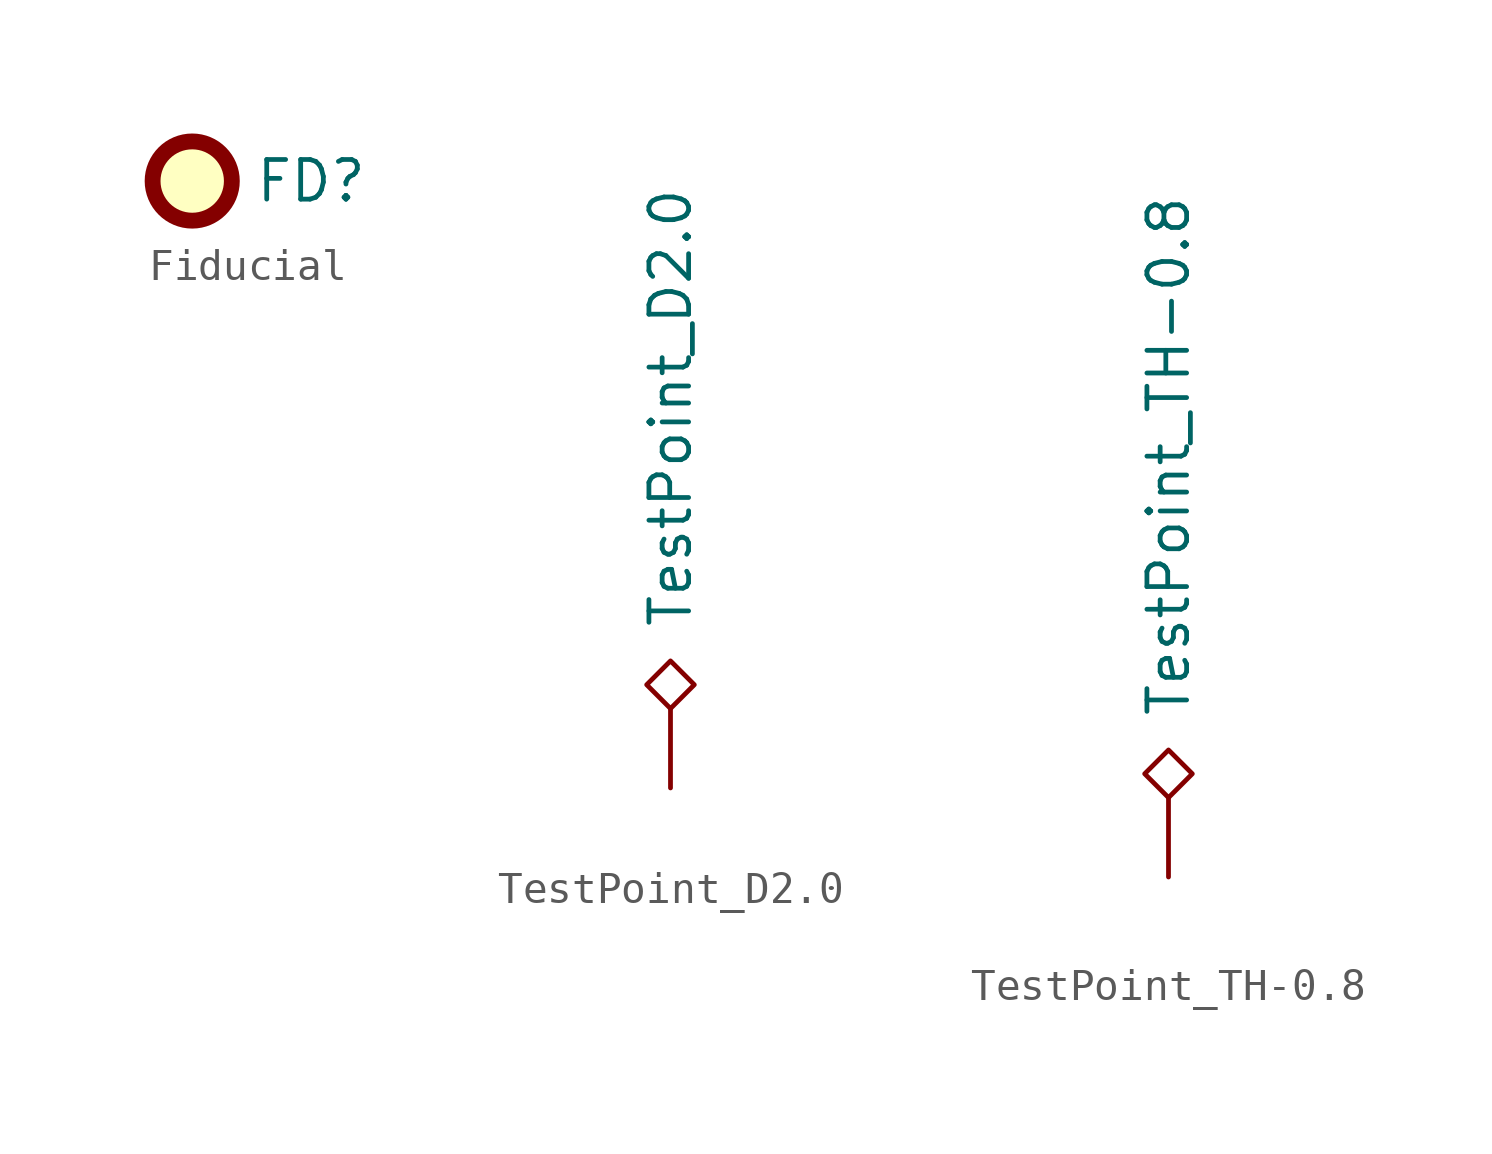
<source format=kicad_sym>
(kicad_symbol_lib
  (version 20231120)
  (generator "kicad_symbol_editor")
  (generator_version "8.0")
  (symbol "Fiducial"
    (property "Reference" "FD"
      (at 3.81 0 0)
      (effects (font (size 1.27 1.27))))
    (symbol "Fiducial_0_1"
      (circle (center 0 0) (radius 1.27) (stroke (width 0.508) (type default)) (fill (type background)))))
  (symbol "TestPoint_D2.0"
    (pin_numbers hide)
    (pin_names
      (offset 0.762) hide)
    (property "Reference" "TP"
      (at 2.54 1.27 0)
      (effects (font (size 1.27 1.27)) (hide yes)))
    (property "Value" "TestPoint_D2.0"
      (at 0 5.08 90)
      (effects (font (size 1.27 1.27)) (justify left)))
    (symbol "TestPoint_D2.0_0_1"
      (polyline (pts (xy 0 2.54) (xy -0.762 3.302) (xy 0 4.064) (xy 0.762 3.302) (xy 0 2.54)) (stroke (width 0) (type default)) (fill (type none))))
    (symbol "TestPoint_D2.0_1_1"
      (pin passive line (at 0 0 90) (length 2.54) (name "1" (effects (font (size 1.27 1.27)))) (number "1" (effects (font (size 1.27 1.27)))))))
  (symbol "TestPoint_TH-0.8"
    (pin_numbers hide)
    (pin_names
      (offset 0.762) hide)
    (property "Reference" "TP"
      (at 2.54 1.27 0)
      (effects (font (size 1.27 1.27)) (hide yes)))
    (property "Value" "TestPoint_TH-0.8"
      (at 0 5.08 90)
      (effects (font (size 1.27 1.27)) (justify left)))
    (symbol "TestPoint_TH-0.8_0_1"
      (polyline (pts (xy 0 2.54) (xy -0.762 3.302) (xy 0 4.064) (xy 0.762 3.302) (xy 0 2.54)) (stroke (width 0) (type default)) (fill (type none))))
    (symbol "TestPoint_TH-0.8_1_1"
      (pin passive line (at 0 0 90) (length 2.54) (name "1" (effects (font (size 1.27 1.27)))) (number "1" (effects (font (size 1.27 1.27))))))))
</source>
